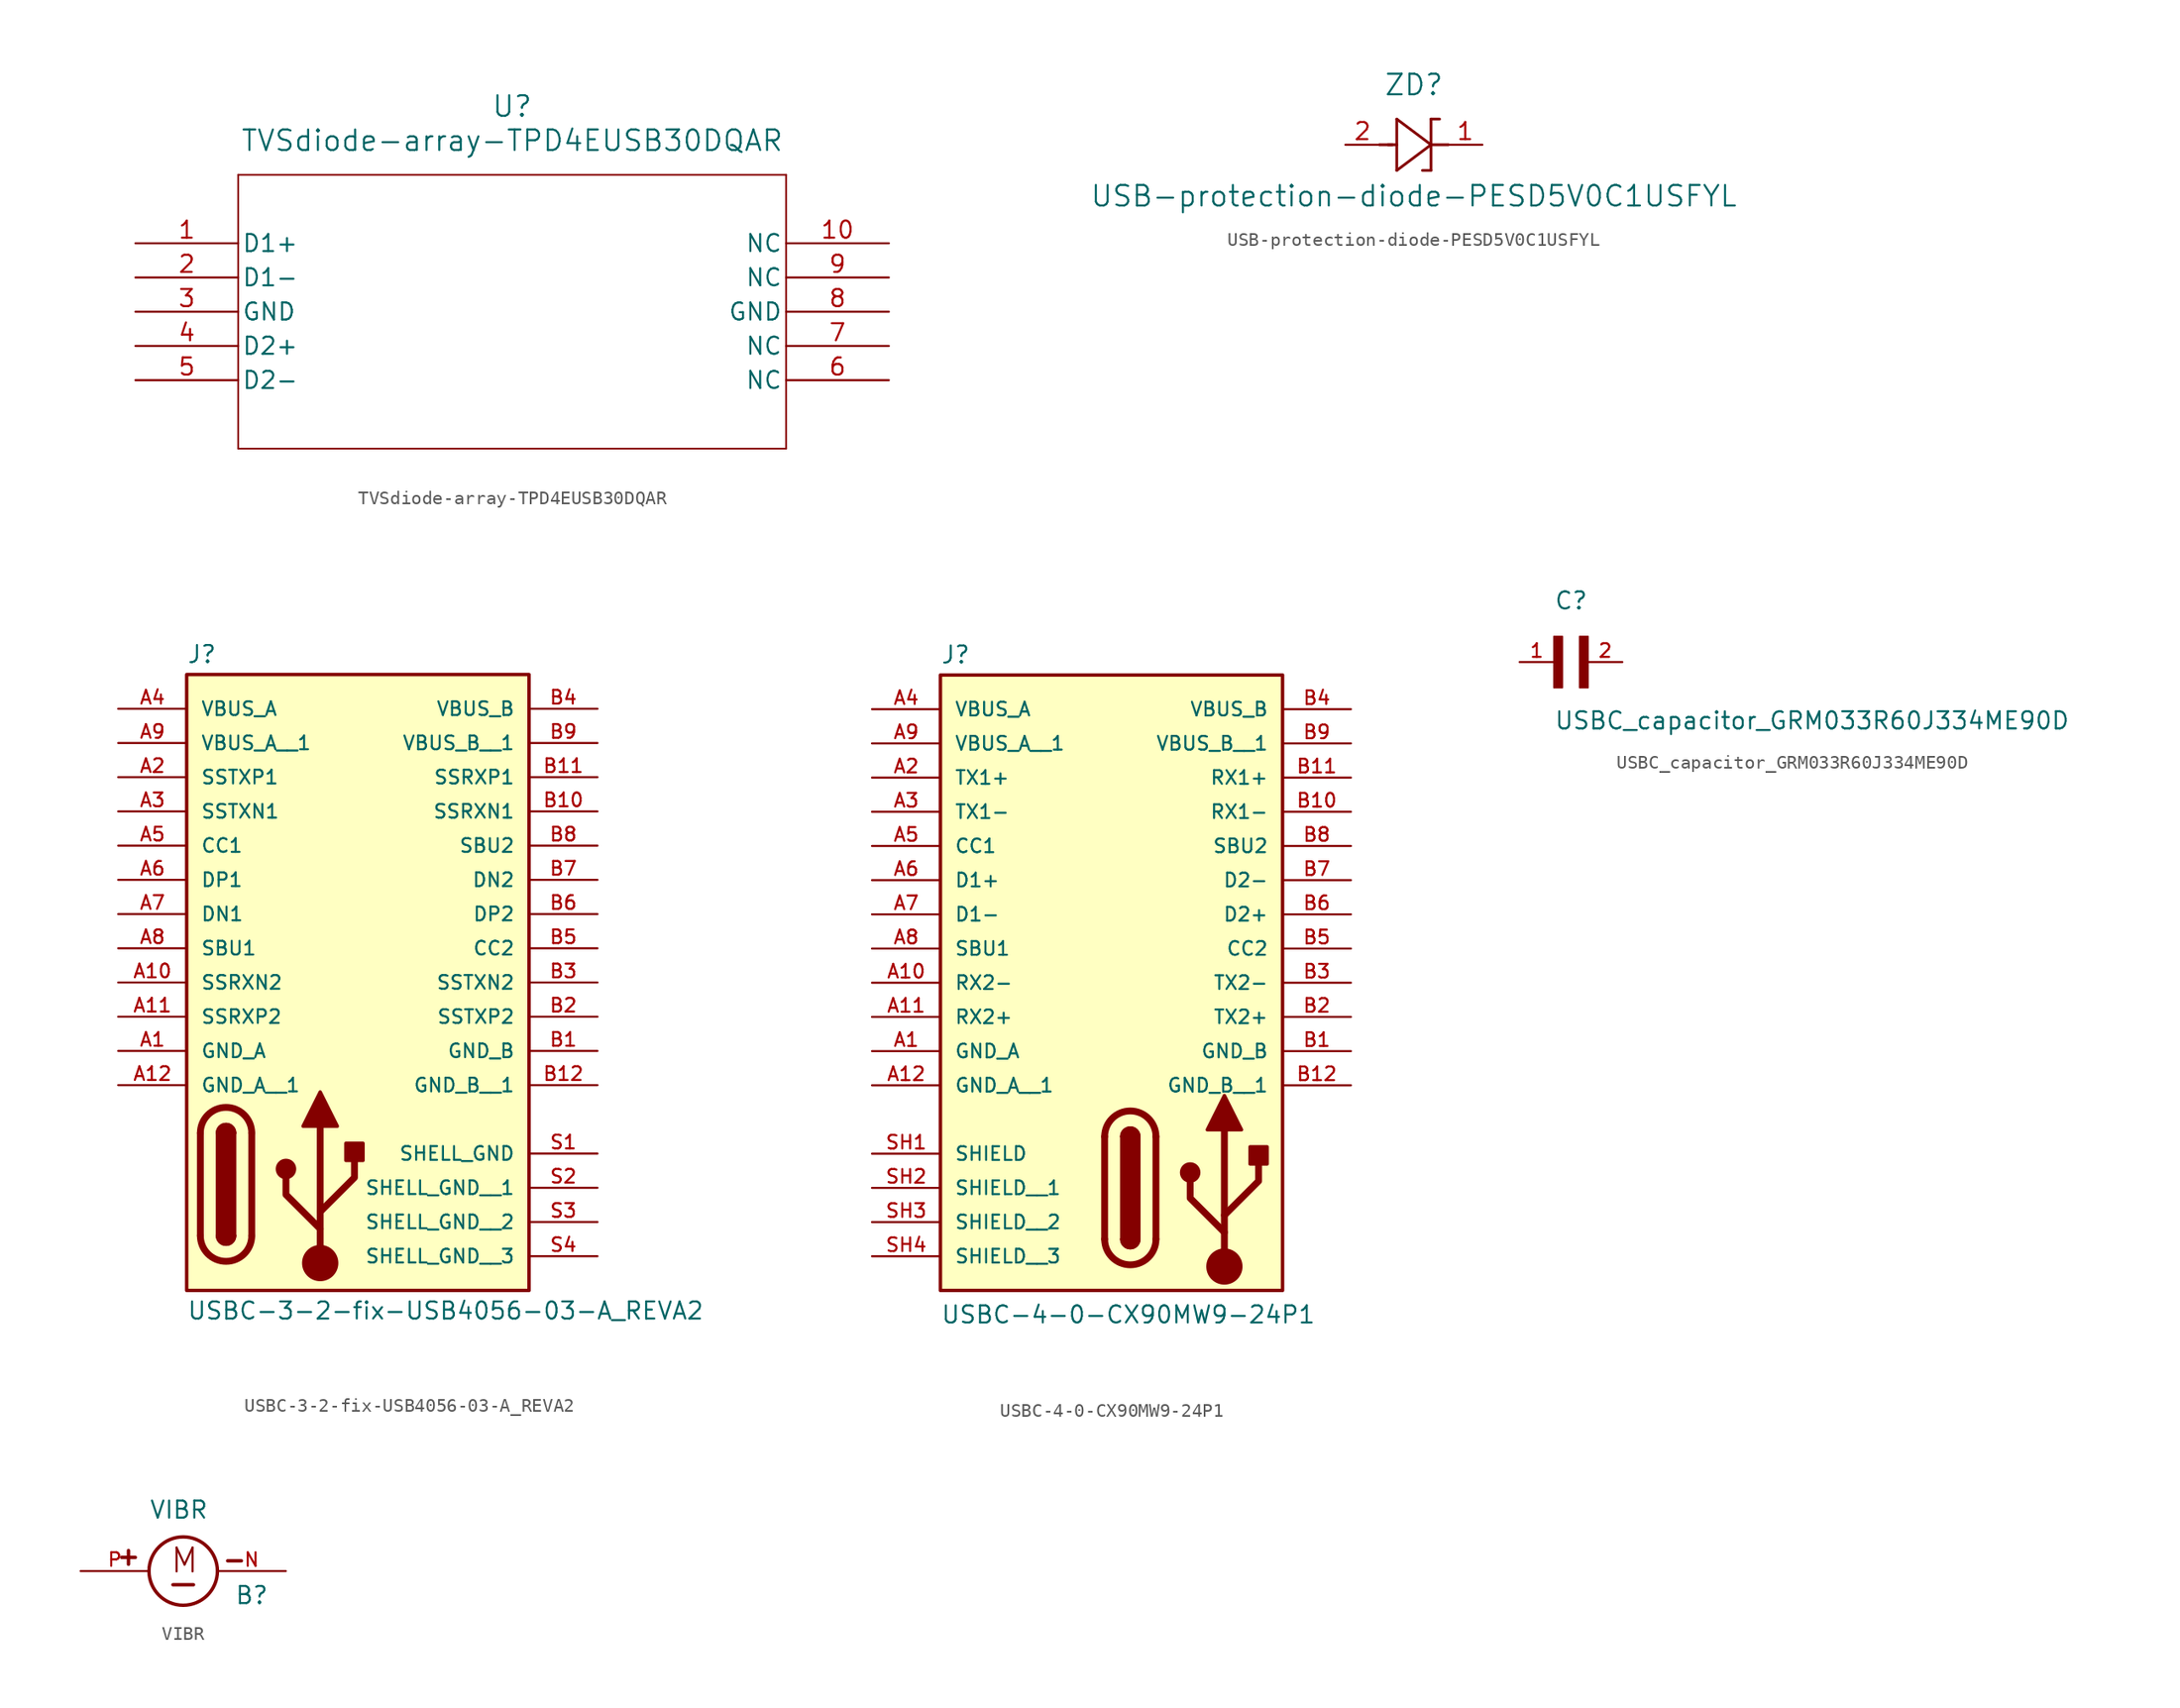
<source format=kicad_sym>
(kicad_symbol_lib
  (version 20241209)
  (generator "kicad_symbol_editor")
  (generator_version "9.0")
  (symbol "TVSdiode-array-TPD4EUSB30DQAR"
    (pin_names
      (offset 0.254))
    (property "Reference" "U"
      (at 27.94 10.16 0)
      (effects (font (size 1.524 1.524))))
    (property "Value" "TVSdiode-array-TPD4EUSB30DQAR"
      (at 27.94 7.62 0)
      (effects (font (size 1.524 1.524))))
    (symbol "TVSdiode-array-TPD4EUSB30DQAR_1_1"
      (polyline (pts (xy 7.62 5.08) (xy 7.62 -15.24)) (stroke (width 0.127) (type default)) (fill (type none)))
      (polyline (pts (xy 7.62 -15.24) (xy 48.26 -15.24)) (stroke (width 0.127) (type default)) (fill (type none)))
      (polyline (pts (xy 48.26 5.08) (xy 7.62 5.08)) (stroke (width 0.127) (type default)) (fill (type none)))
      (polyline (pts (xy 48.26 -15.24) (xy 48.26 5.08)) (stroke (width 0.127) (type default)) (fill (type none)))
      (pin unspecified line (at 0 0 0) (length 7.62) (name "D1+" (effects (font (size 1.27 1.27)))) (number "1" (effects (font (size 1.27 1.27)))))
      (pin unspecified line (at 0 -2.54 0) (length 7.62) (name "D1-" (effects (font (size 1.27 1.27)))) (number "2" (effects (font (size 1.27 1.27)))))
      (pin power_in line (at 0 -5.08 0) (length 7.62) (name "GND" (effects (font (size 1.27 1.27)))) (number "3" (effects (font (size 1.27 1.27)))))
      (pin unspecified line (at 0 -7.62 0) (length 7.62) (name "D2+" (effects (font (size 1.27 1.27)))) (number "4" (effects (font (size 1.27 1.27)))))
      (pin unspecified line (at 0 -10.16 0) (length 7.62) (name "D2-" (effects (font (size 1.27 1.27)))) (number "5" (effects (font (size 1.27 1.27)))))
      (pin unspecified line (at 55.88 0 180) (length 7.62) (name "NC" (effects (font (size 1.27 1.27)))) (number "10" (effects (font (size 1.27 1.27)))))
      (pin unspecified line (at 55.88 -2.54 180) (length 7.62) (name "NC" (effects (font (size 1.27 1.27)))) (number "9" (effects (font (size 1.27 1.27)))))
      (pin power_in line (at 55.88 -5.08 180) (length 7.62) (name "GND" (effects (font (size 1.27 1.27)))) (number "8" (effects (font (size 1.27 1.27)))))
      (pin unspecified line (at 55.88 -7.62 180) (length 7.62) (name "NC" (effects (font (size 1.27 1.27)))) (number "7" (effects (font (size 1.27 1.27)))))
      (pin unspecified line (at 55.88 -10.16 180) (length 7.62) (name "NC" (effects (font (size 1.27 1.27)))) (number "6" (effects (font (size 1.27 1.27)))))))
  (symbol "USB-protection-diode-PESD5V0C1USFYL"
    (pin_names
      (offset 0.254))
    (property "Reference" "ZD"
      (at 5.08 4.445 0)
      (effects (font (size 1.524 1.524))))
    (property "Value" "USB-protection-diode-PESD5V0C1USFYL"
      (at 5.08 -3.81 0)
      (effects (font (size 1.524 1.524))))
    (symbol "USB-protection-diode-PESD5V0C1USFYL_0_1"
      (polyline (pts (xy 2.54 0) (xy 3.48 0)) (stroke (width 0.203) (type default)) (fill (type none)))
      (polyline (pts (xy 3.175 0) (xy 3.81 0)) (stroke (width 0.203) (type default)) (fill (type none)))
      (polyline (pts (xy 3.81 1.905) (xy 3.81 -1.905)) (stroke (width 0.203) (type default)) (fill (type none)))
      (polyline (pts (xy 3.81 -1.905) (xy 6.35 0)) (stroke (width 0.203) (type default)) (fill (type none)))
      (polyline (pts (xy 6.35 1.905) (xy 6.985 1.905)) (stroke (width 0.203) (type default)) (fill (type none)))
      (polyline (pts (xy 6.35 0) (xy 3.81 1.905)) (stroke (width 0.203) (type default)) (fill (type none)))
      (polyline (pts (xy 6.35 0) (xy 7.62 0)) (stroke (width 0.203) (type default)) (fill (type none)))
      (polyline (pts (xy 6.35 -1.905) (xy 5.715 -1.905)) (stroke (width 0.203) (type default)) (fill (type none)))
      (polyline (pts (xy 6.35 -1.905) (xy 6.35 1.905)) (stroke (width 0.203) (type default)) (fill (type none)))
      (pin unspecified line (at 0 0 0) (length 2.54) (name "" (effects (font (size 1.27 1.27)))) (number "2" (effects (font (size 1.27 1.27)))))
      (pin unspecified line (at 10.16 0 180) (length 2.54) (name "" (effects (font (size 1.27 1.27)))) (number "1" (effects (font (size 1.27 1.27)))))))
  (symbol "USBC-3-2-fix-USB4056-03-A_REVA2"
    (pin_names
      (offset 1.016))
    (property "Reference" "J"
      (at -12.7 16.002 0)
      (effects (font (size 1.27 1.27)) (justify left bottom)))
    (property "Value" "USBC-3-2-fix-USB4056-03-A_REVA2"
      (at -12.7 -31.242 0)
      (effects (font (size 1.27 1.27)) (justify left top)))
    (symbol "USBC-3-2-fix-USB4056-03-A_REVA2_0_0"
      (rectangle (start -12.7 -30.48) (end 12.7 15.24) (stroke (width 0.254) (type default)) (fill (type background)))
      (pin power_in line (at -17.78 12.7 0) (length 5.08) (name "VBUS_A" (effects (font (size 1.016 1.016)))) (number "A4" (effects (font (size 1.016 1.016)))))
      (pin power_in line (at -17.78 10.16 0) (length 5.08) (name "VBUS_A__1" (effects (font (size 1.016 1.016)))) (number "A9" (effects (font (size 1.016 1.016)))))
      (pin bidirectional line (at -17.78 7.62 0) (length 5.08) (name "SSTXP1" (effects (font (size 1.016 1.016)))) (number "A2" (effects (font (size 1.016 1.016)))))
      (pin bidirectional line (at -17.78 5.08 0) (length 5.08) (name "SSTXN1" (effects (font (size 1.016 1.016)))) (number "A3" (effects (font (size 1.016 1.016)))))
      (pin bidirectional line (at -17.78 2.54 0) (length 5.08) (name "CC1" (effects (font (size 1.016 1.016)))) (number "A5" (effects (font (size 1.016 1.016)))))
      (pin bidirectional line (at -17.78 0 0) (length 5.08) (name "DP1" (effects (font (size 1.016 1.016)))) (number "A6" (effects (font (size 1.016 1.016)))))
      (pin bidirectional line (at -17.78 -2.54 0) (length 5.08) (name "DN1" (effects (font (size 1.016 1.016)))) (number "A7" (effects (font (size 1.016 1.016)))))
      (pin bidirectional line (at -17.78 -5.08 0) (length 5.08) (name "SBU1" (effects (font (size 1.016 1.016)))) (number "A8" (effects (font (size 1.016 1.016)))))
      (pin bidirectional line (at -17.78 -7.62 0) (length 5.08) (name "SSRXN2" (effects (font (size 1.016 1.016)))) (number "A10" (effects (font (size 1.016 1.016)))))
      (pin bidirectional line (at -17.78 -10.16 0) (length 5.08) (name "SSRXP2" (effects (font (size 1.016 1.016)))) (number "A11" (effects (font (size 1.016 1.016)))))
      (pin power_in line (at -17.78 -12.7 0) (length 5.08) (name "GND_A" (effects (font (size 1.016 1.016)))) (number "A1" (effects (font (size 1.016 1.016)))))
      (pin power_in line (at -17.78 -15.24 0) (length 5.08) (name "GND_A__1" (effects (font (size 1.016 1.016)))) (number "A12" (effects (font (size 1.016 1.016)))))
      (pin power_in line (at 17.78 12.7 180) (length 5.08) (name "VBUS_B" (effects (font (size 1.016 1.016)))) (number "B4" (effects (font (size 1.016 1.016)))))
      (pin power_in line (at 17.78 10.16 180) (length 5.08) (name "VBUS_B__1" (effects (font (size 1.016 1.016)))) (number "B9" (effects (font (size 1.016 1.016)))))
      (pin bidirectional line (at 17.78 7.62 180) (length 5.08) (name "SSRXP1" (effects (font (size 1.016 1.016)))) (number "B11" (effects (font (size 1.016 1.016)))))
      (pin bidirectional line (at 17.78 5.08 180) (length 5.08) (name "SSRXN1" (effects (font (size 1.016 1.016)))) (number "B10" (effects (font (size 1.016 1.016)))))
      (pin bidirectional line (at 17.78 2.54 180) (length 5.08) (name "SBU2" (effects (font (size 1.016 1.016)))) (number "B8" (effects (font (size 1.016 1.016)))))
      (pin bidirectional line (at 17.78 0 180) (length 5.08) (name "DN2" (effects (font (size 1.016 1.016)))) (number "B7" (effects (font (size 1.016 1.016)))))
      (pin bidirectional line (at 17.78 -2.54 180) (length 5.08) (name "DP2" (effects (font (size 1.016 1.016)))) (number "B6" (effects (font (size 1.016 1.016)))))
      (pin bidirectional line (at 17.78 -5.08 180) (length 5.08) (name "CC2" (effects (font (size 1.016 1.016)))) (number "B5" (effects (font (size 1.016 1.016)))))
      (pin bidirectional line (at 17.78 -7.62 180) (length 5.08) (name "SSTXN2" (effects (font (size 1.016 1.016)))) (number "B3" (effects (font (size 1.016 1.016)))))
      (pin bidirectional line (at 17.78 -10.16 180) (length 5.08) (name "SSTXP2" (effects (font (size 1.016 1.016)))) (number "B2" (effects (font (size 1.016 1.016)))))
      (pin power_in line (at 17.78 -12.7 180) (length 5.08) (name "GND_B" (effects (font (size 1.016 1.016)))) (number "B1" (effects (font (size 1.016 1.016)))))
      (pin power_in line (at 17.78 -15.24 180) (length 5.08) (name "GND_B__1" (effects (font (size 1.016 1.016)))) (number "B12" (effects (font (size 1.016 1.016)))))
      (pin power_in line (at 17.78 -20.32 180) (length 5.08) (name "SHELL_GND" (effects (font (size 1.016 1.016)))) (number "S1" (effects (font (size 1.016 1.016)))))
      (pin power_in line (at 17.78 -22.86 180) (length 5.08) (name "SHELL_GND__1" (effects (font (size 1.016 1.016)))) (number "S2" (effects (font (size 1.016 1.016)))))
      (pin power_in line (at 17.78 -25.4 180) (length 5.08) (name "SHELL_GND__2" (effects (font (size 1.016 1.016)))) (number "S3" (effects (font (size 1.016 1.016)))))
      (pin power_in line (at 17.78 -27.94 180) (length 5.08) (name "SHELL_GND__3" (effects (font (size 1.016 1.016)))) (number "S4" (effects (font (size 1.016 1.016))))))
    (symbol "USBC-3-2-fix-USB4056-03-A_REVA2_0_1"
      (polyline (pts (xy -11.684 -26.416) (xy -11.684 -18.796)) (stroke (width 0.508) (type default)) (fill (type none)))
      (rectangle (start -10.414 -26.416) (end -9.144 -18.796) (stroke (width 0.254) (type default)) (fill (type outline)))
      (arc (start -10.414 -18.796) (mid -9.779 -18.1637) (end -9.144 -18.796) (stroke (width 0.254) (type default)) (fill (type none)))
      (arc (start -10.414 -18.796) (mid -9.779 -18.1637) (end -9.144 -18.796) (stroke (width 0.254) (type default)) (fill (type outline)))
      (arc (start -11.684 -18.796) (mid -9.779 -16.8993) (end -7.874 -18.796) (stroke (width 0.508) (type default)) (fill (type none)))
      (arc (start -7.874 -26.416) (mid -9.779 -28.3127) (end -11.684 -26.416) (stroke (width 0.508) (type default)) (fill (type none)))
      (arc (start -9.144 -26.416) (mid -9.779 -27.0483) (end -10.414 -26.416) (stroke (width 0.254) (type default)) (fill (type none)))
      (arc (start -9.144 -26.416) (mid -9.779 -27.0483) (end -10.414 -26.416) (stroke (width 0.254) (type default)) (fill (type outline)))
      (polyline (pts (xy -7.874 -18.796) (xy -7.874 -26.416)) (stroke (width 0.508) (type default)) (fill (type none)))
      (circle (center -5.334 -21.463) (radius 0.635) (stroke (width 0.254) (type default)) (fill (type outline)))
      (polyline (pts (xy -4.064 -18.288) (xy -2.794 -15.748) (xy -1.524 -18.288) (xy -4.064 -18.288)) (stroke (width 0.254) (type default)) (fill (type outline)))
      (polyline (pts (xy -2.794 -24.638) (xy -0.254 -22.098) (xy -0.254 -20.828)) (stroke (width 0.508) (type default)) (fill (type none)))
      (polyline (pts (xy -2.794 -25.908) (xy -5.334 -23.368) (xy -5.334 -22.098)) (stroke (width 0.508) (type default)) (fill (type none)))
      (circle (center -2.794 -28.448) (radius 1.27) (stroke (width 0) (type default)) (fill (type outline)))
      (polyline (pts (xy -2.794 -28.448) (xy -2.794 -18.288)) (stroke (width 0.508) (type default)) (fill (type none)))
      (rectangle (start -0.889 -20.828) (end 0.381 -19.558) (stroke (width 0.254) (type default)) (fill (type outline)))))
  (symbol "USBC-4-0-CX90MW9-24P1"
    (pin_names
      (offset 1.016))
    (property "Reference" "J"
      (at -12.7 16.002 0)
      (effects (font (size 1.27 1.27)) (justify left bottom)))
    (property "Value" "USBC-4-0-CX90MW9-24P1"
      (at -12.7 -33.02 0)
      (effects (font (size 1.27 1.27)) (justify left bottom)))
    (symbol "USBC-4-0-CX90MW9-24P1_0_0"
      (rectangle (start -12.7 -30.48) (end 12.7 15.24) (stroke (width 0.254) (type default)) (fill (type background)))
      (pin power_in line (at -17.78 12.7 0) (length 5.08) (name "VBUS_A" (effects (font (size 1.016 1.016)))) (number "A4" (effects (font (size 1.016 1.016)))))
      (pin power_in line (at -17.78 10.16 0) (length 5.08) (name "VBUS_A__1" (effects (font (size 1.016 1.016)))) (number "A9" (effects (font (size 1.016 1.016)))))
      (pin bidirectional line (at -17.78 7.62 0) (length 5.08) (name "TX1+" (effects (font (size 1.016 1.016)))) (number "A2" (effects (font (size 1.016 1.016)))))
      (pin bidirectional line (at -17.78 5.08 0) (length 5.08) (name "TX1-" (effects (font (size 1.016 1.016)))) (number "A3" (effects (font (size 1.016 1.016)))))
      (pin bidirectional line (at -17.78 2.54 0) (length 5.08) (name "CC1" (effects (font (size 1.016 1.016)))) (number "A5" (effects (font (size 1.016 1.016)))))
      (pin bidirectional line (at -17.78 0 0) (length 5.08) (name "D1+" (effects (font (size 1.016 1.016)))) (number "A6" (effects (font (size 1.016 1.016)))))
      (pin bidirectional line (at -17.78 -2.54 0) (length 5.08) (name "D1-" (effects (font (size 1.016 1.016)))) (number "A7" (effects (font (size 1.016 1.016)))))
      (pin bidirectional line (at -17.78 -5.08 0) (length 5.08) (name "SBU1" (effects (font (size 1.016 1.016)))) (number "A8" (effects (font (size 1.016 1.016)))))
      (pin bidirectional line (at -17.78 -7.62 0) (length 5.08) (name "RX2-" (effects (font (size 1.016 1.016)))) (number "A10" (effects (font (size 1.016 1.016)))))
      (pin bidirectional line (at -17.78 -10.16 0) (length 5.08) (name "RX2+" (effects (font (size 1.016 1.016)))) (number "A11" (effects (font (size 1.016 1.016)))))
      (pin power_in line (at -17.78 -12.7 0) (length 5.08) (name "GND_A" (effects (font (size 1.016 1.016)))) (number "A1" (effects (font (size 1.016 1.016)))))
      (pin power_in line (at -17.78 -15.24 0) (length 5.08) (name "GND_A__1" (effects (font (size 1.016 1.016)))) (number "A12" (effects (font (size 1.016 1.016)))))
      (pin passive line (at -17.78 -20.32 0) (length 5.08) (name "SHIELD" (effects (font (size 1.016 1.016)))) (number "SH1" (effects (font (size 1.016 1.016)))))
      (pin passive line (at -17.78 -22.86 0) (length 5.08) (name "SHIELD__1" (effects (font (size 1.016 1.016)))) (number "SH2" (effects (font (size 1.016 1.016)))))
      (pin passive line (at -17.78 -25.4 0) (length 5.08) (name "SHIELD__2" (effects (font (size 1.016 1.016)))) (number "SH3" (effects (font (size 1.016 1.016)))))
      (pin passive line (at -17.78 -27.94 0) (length 5.08) (name "SHIELD__3" (effects (font (size 1.016 1.016)))) (number "SH4" (effects (font (size 1.016 1.016)))))
      (pin power_in line (at 17.78 12.7 180) (length 5.08) (name "VBUS_B" (effects (font (size 1.016 1.016)))) (number "B4" (effects (font (size 1.016 1.016)))))
      (pin power_in line (at 17.78 10.16 180) (length 5.08) (name "VBUS_B__1" (effects (font (size 1.016 1.016)))) (number "B9" (effects (font (size 1.016 1.016)))))
      (pin bidirectional line (at 17.78 7.62 180) (length 5.08) (name "RX1+" (effects (font (size 1.016 1.016)))) (number "B11" (effects (font (size 1.016 1.016)))))
      (pin bidirectional line (at 17.78 5.08 180) (length 5.08) (name "RX1-" (effects (font (size 1.016 1.016)))) (number "B10" (effects (font (size 1.016 1.016)))))
      (pin bidirectional line (at 17.78 2.54 180) (length 5.08) (name "SBU2" (effects (font (size 1.016 1.016)))) (number "B8" (effects (font (size 1.016 1.016)))))
      (pin bidirectional line (at 17.78 0 180) (length 5.08) (name "D2-" (effects (font (size 1.016 1.016)))) (number "B7" (effects (font (size 1.016 1.016)))))
      (pin bidirectional line (at 17.78 -2.54 180) (length 5.08) (name "D2+" (effects (font (size 1.016 1.016)))) (number "B6" (effects (font (size 1.016 1.016)))))
      (pin bidirectional line (at 17.78 -5.08 180) (length 5.08) (name "CC2" (effects (font (size 1.016 1.016)))) (number "B5" (effects (font (size 1.016 1.016)))))
      (pin bidirectional line (at 17.78 -7.62 180) (length 5.08) (name "TX2-" (effects (font (size 1.016 1.016)))) (number "B3" (effects (font (size 1.016 1.016)))))
      (pin bidirectional line (at 17.78 -10.16 180) (length 5.08) (name "TX2+" (effects (font (size 1.016 1.016)))) (number "B2" (effects (font (size 1.016 1.016)))))
      (pin power_in line (at 17.78 -12.7 180) (length 5.08) (name "GND_B" (effects (font (size 1.016 1.016)))) (number "B1" (effects (font (size 1.016 1.016)))))
      (pin power_in line (at 17.78 -15.24 180) (length 5.08) (name "GND_B__1" (effects (font (size 1.016 1.016)))) (number "B12" (effects (font (size 1.016 1.016))))))
    (symbol "USBC-4-0-CX90MW9-24P1_0_1"
      (polyline (pts (xy -0.508 -26.67) (xy -0.508 -19.05)) (stroke (width 0.508) (type default)) (fill (type none)))
      (rectangle (start 0.762 -26.67) (end 2.032 -19.05) (stroke (width 0.254) (type default)) (fill (type outline)))
      (arc (start 0.762 -19.05) (mid 1.397 -18.4177) (end 2.032 -19.05) (stroke (width 0.254) (type default)) (fill (type none)))
      (arc (start 0.762 -19.05) (mid 1.397 -18.4177) (end 2.032 -19.05) (stroke (width 0.254) (type default)) (fill (type outline)))
      (arc (start -0.508 -19.05) (mid 1.397 -17.1533) (end 3.302 -19.05) (stroke (width 0.508) (type default)) (fill (type none)))
      (arc (start 3.302 -26.67) (mid 1.397 -28.5667) (end -0.508 -26.67) (stroke (width 0.508) (type default)) (fill (type none)))
      (arc (start 2.032 -26.67) (mid 1.397 -27.3023) (end 0.762 -26.67) (stroke (width 0.254) (type default)) (fill (type none)))
      (arc (start 2.032 -26.67) (mid 1.397 -27.3023) (end 0.762 -26.67) (stroke (width 0.254) (type default)) (fill (type outline)))
      (polyline (pts (xy 3.302 -19.05) (xy 3.302 -26.67)) (stroke (width 0.508) (type default)) (fill (type none)))
      (circle (center 5.842 -21.717) (radius 0.635) (stroke (width 0.254) (type default)) (fill (type outline)))
      (polyline (pts (xy 7.112 -18.542) (xy 8.382 -16.002) (xy 9.652 -18.542) (xy 7.112 -18.542)) (stroke (width 0.254) (type default)) (fill (type outline)))
      (polyline (pts (xy 8.382 -24.892) (xy 10.922 -22.352) (xy 10.922 -21.082)) (stroke (width 0.508) (type default)) (fill (type none)))
      (polyline (pts (xy 8.382 -26.162) (xy 5.842 -23.622) (xy 5.842 -22.352)) (stroke (width 0.508) (type default)) (fill (type none)))
      (polyline (pts (xy 8.382 -28.702) (xy 8.382 -18.542)) (stroke (width 0.508) (type default)) (fill (type none)))
      (circle (center 8.382 -28.702) (radius 1.27) (stroke (width 0) (type default)) (fill (type outline)))
      (rectangle (start 10.287 -21.082) (end 11.557 -19.812) (stroke (width 0.254) (type default)) (fill (type outline)))))
  (symbol "USBC_capacitor_GRM033R60J334ME90D"
    (pin_names
      (offset 1.016))
    (property "Reference" "C"
      (at 0 3.811 0)
      (effects (font (size 1.27 1.27)) (justify left bottom)))
    (property "Value" "USBC_capacitor_GRM033R60J334ME90D"
      (at 0 -5.088 0)
      (effects (font (size 1.27 1.27)) (justify left bottom)))
    (symbol "USBC_capacitor_GRM033R60J334ME90D_0_0"
      (rectangle (start 0 -1.907) (end 0.635 1.905) (stroke (width 0.1) (type default)) (fill (type outline)))
      (rectangle (start 1.907 -1.907) (end 2.54 1.905) (stroke (width 0.1) (type default)) (fill (type outline)))
      (pin passive line (at -2.54 0 0) (length 2.54) (name "~" (effects (font (size 1.016 1.016)))) (number "1" (effects (font (size 1.016 1.016)))))
      (pin passive line (at 5.08 0 180) (length 2.54) (name "~" (effects (font (size 1.016 1.016)))) (number "2" (effects (font (size 1.016 1.016)))))))
  (symbol "VIBR"
    (pin_names
      (offset 1.016))
    (property "Reference" "B"
      (at 3.81 -2.54 0)
      (effects (font (size 1.27 1.27)) (justify left bottom)))
    (property "Value" "VIBR"
      (at -2.54 3.81 0)
      (effects (font (size 1.27 1.27)) (justify left bottom)))
    (symbol "VIBR_0_0"
      (polyline (pts (xy -4.572 1.016) (xy -3.556 1.016)) (stroke (width 0.254) (type default)) (fill (type none)))
      (polyline (pts (xy -4.064 1.524) (xy -4.064 0.508)) (stroke (width 0.254) (type default)) (fill (type none)))
      (polyline (pts (xy -0.762 -1.016) (xy 0.762 -1.016)) (stroke (width 0.254) (type default)) (fill (type none)))
      (circle (center 0 0) (radius 2.54) (stroke (width 0.254) (type default)) (fill (type none)))
      (polyline (pts (xy 3.302 0.762) (xy 4.318 0.762)) (stroke (width 0.254) (type default)) (fill (type none)))
      (text "M" (at -1.016 -0.254 0) (effects (font (size 1.778 1.778)) (justify left bottom)))
      (pin passive line (at -7.62 0 0) (length 5.08) (name "~" (effects (font (size 1.016 1.016)))) (number "P" (effects (font (size 1.016 1.016)))))
      (pin passive line (at 7.62 0 180) (length 5.08) (name "~" (effects (font (size 1.016 1.016)))) (number "N" (effects (font (size 1.016 1.016))))))))
</source>
